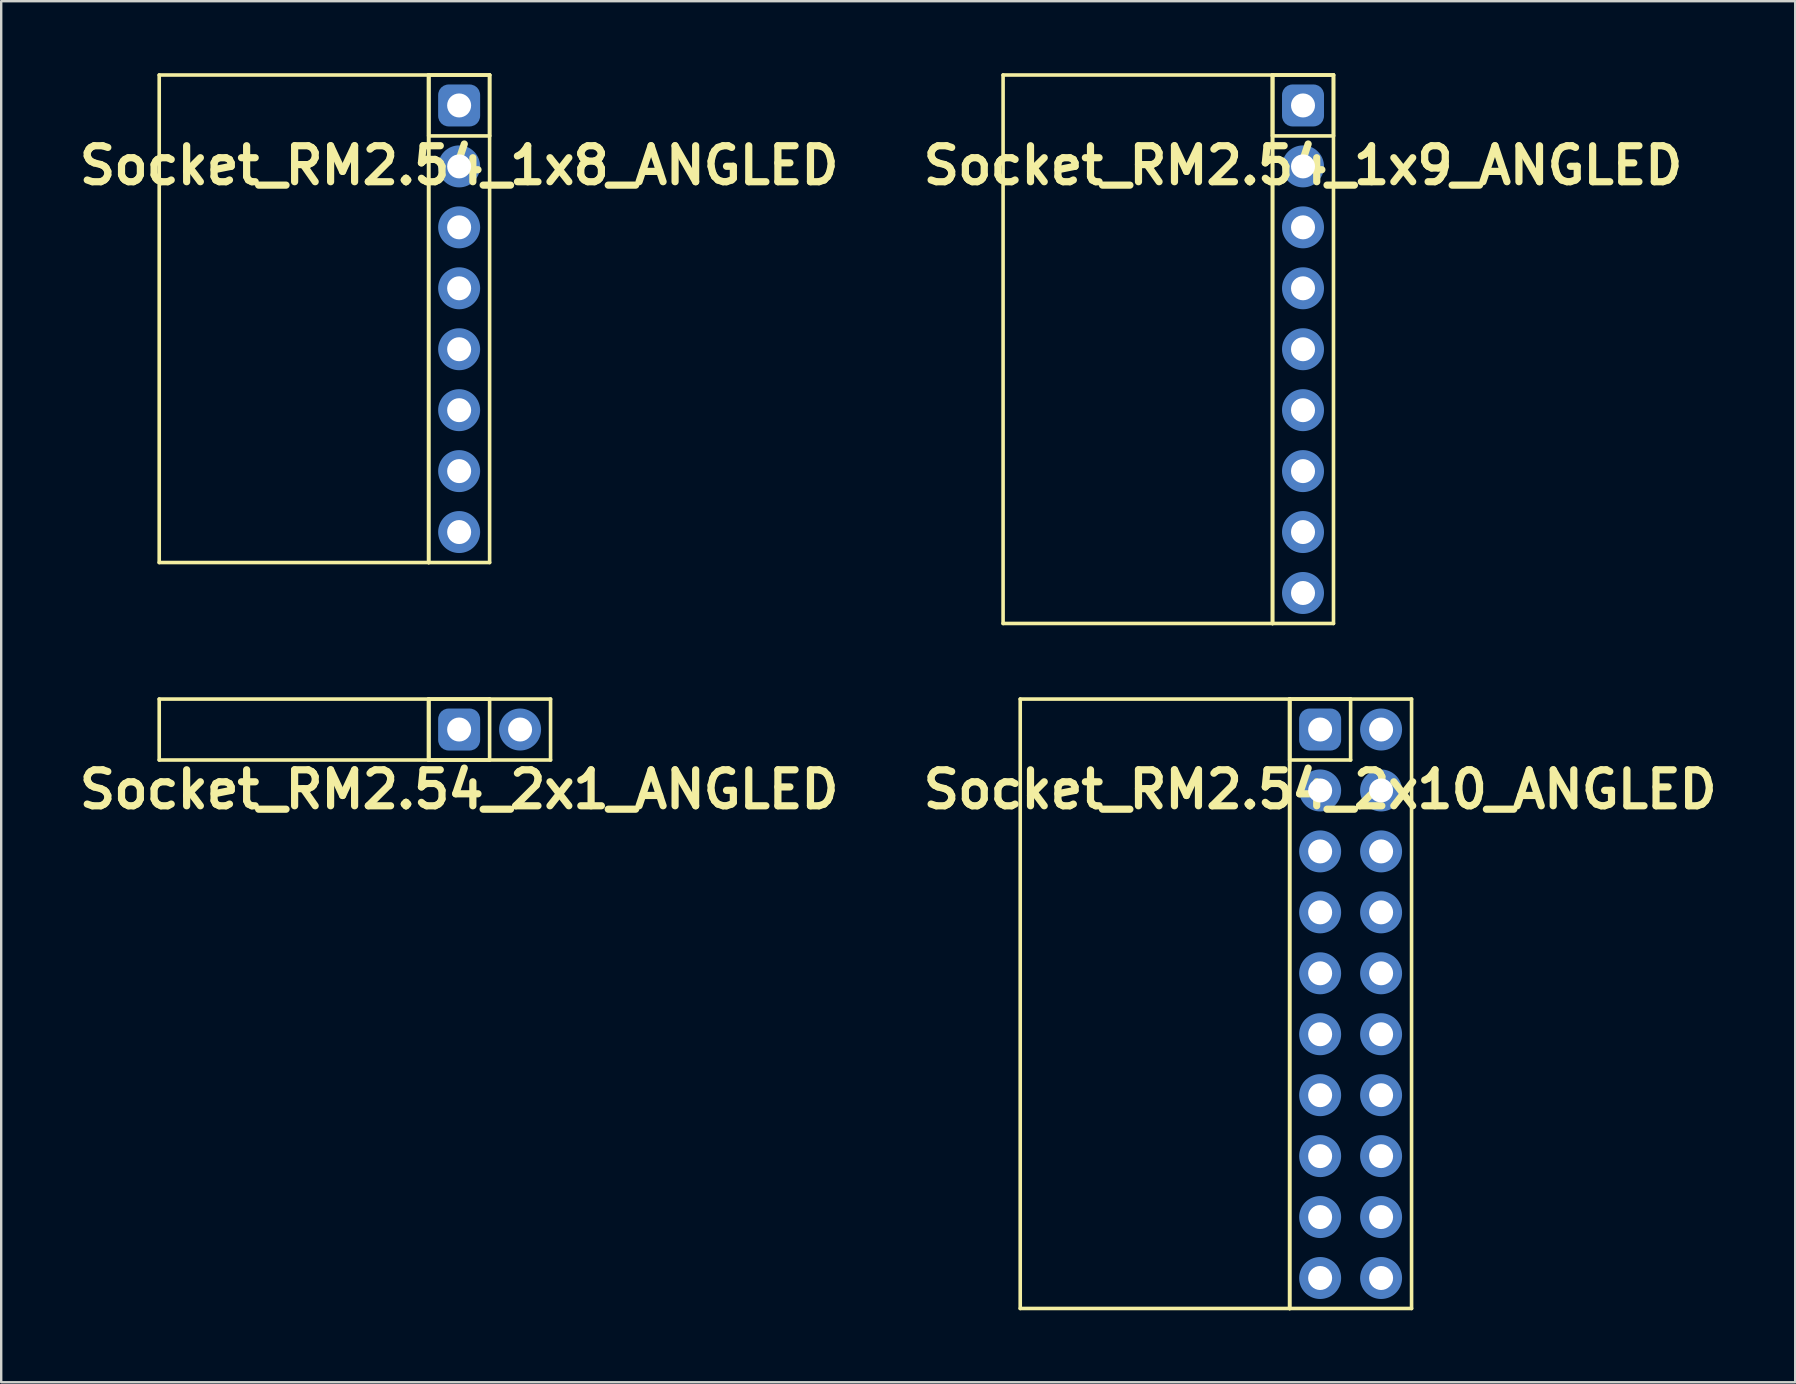
<source format=kicad_pcb>
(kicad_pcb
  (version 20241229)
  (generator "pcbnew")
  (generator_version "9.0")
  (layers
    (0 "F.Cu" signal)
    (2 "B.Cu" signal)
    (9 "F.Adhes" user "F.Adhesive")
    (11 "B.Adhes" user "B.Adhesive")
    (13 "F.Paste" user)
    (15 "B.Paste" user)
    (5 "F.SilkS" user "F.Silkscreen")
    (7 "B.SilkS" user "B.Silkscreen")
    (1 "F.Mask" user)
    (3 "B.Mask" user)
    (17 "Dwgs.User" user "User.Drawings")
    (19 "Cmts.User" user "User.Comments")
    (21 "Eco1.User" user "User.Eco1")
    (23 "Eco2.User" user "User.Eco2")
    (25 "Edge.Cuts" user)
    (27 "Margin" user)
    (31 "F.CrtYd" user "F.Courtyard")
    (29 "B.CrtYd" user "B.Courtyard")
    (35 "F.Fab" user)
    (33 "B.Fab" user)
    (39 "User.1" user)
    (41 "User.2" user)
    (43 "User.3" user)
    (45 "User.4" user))
  (footprint "Socket_RM2.54_2x10_ANGLED"
    (layer "F.Cu")
    (at 51.971 27.355)
    (property "Reference" "Socket_RM2.54_2x10_ANGLED" (at 0 2.5 0) (layer "F.SilkS") (effects (font (size 1.5 1.5) (thickness 0.3))))
    (attr through_hole)
    (fp_line (start -12.5 -1.27) (end -1.27 -1.27) (stroke (width 0.15) (type solid)) (layer "F.SilkS"))
    (fp_line (start -12.5 24.13) (end -12.5 -1.27) (stroke (width 0.15) (type solid)) (layer "F.SilkS"))
    (fp_line (start -1.27 -1.27) (end -1.27 24.13) (stroke (width 0.15) (type solid)) (layer "F.SilkS"))
    (fp_line (start -1.27 -1.27) (end 1.27 -1.27) (stroke (width 0.15) (type solid)) (layer "F.SilkS"))
    (fp_line (start -1.27 -1.27) (end 3.81 -1.27) (stroke (width 0.15) (type solid)) (layer "F.SilkS"))
    (fp_line (start -1.27 1.27) (end -1.27 -1.27) (stroke (width 0.15) (type solid)) (layer "F.SilkS"))
    (fp_line (start -1.27 24.13) (end -12.5 24.13) (stroke (width 0.15) (type solid)) (layer "F.SilkS"))
    (fp_line (start -1.27 24.13) (end -1.27 -1.27) (stroke (width 0.15) (type solid)) (layer "F.SilkS"))
    (fp_line (start 1.27 -1.27) (end 1.27 1.27) (stroke (width 0.15) (type solid)) (layer "F.SilkS"))
    (fp_line (start 1.27 1.27) (end -1.27 1.27) (stroke (width 0.15) (type solid)) (layer "F.SilkS"))
    (fp_line (start 3.81 -1.27) (end 3.81 24.13) (stroke (width 0.15) (type solid)) (layer "F.SilkS"))
    (fp_line (start 3.81 24.13) (end -1.27 24.13) (stroke (width 0.15) (type solid)) (layer "F.SilkS"))
    (pad "1" thru_hole circle (at 0 0) (size 1.3 1.3) (drill 1) (layers "*.Cu" "*.Mask"))
    (pad "1" smd roundrect (at 0 0) (size 1.5 1.5) (layers "F.Cu" "F.Mask") (roundrect_rratio 0.25))
    (pad "1" smd roundrect (at 0 0) (size 1.75 1.75) (layers "B.Cu" "B.Mask") (roundrect_rratio 0.25))
    (pad "2" thru_hole circle (at 2.54 0) (size 1.3 1.3) (drill 1) (layers "*.Cu" "*.Mask"))
    (pad "2" smd circle (at 2.54 0) (size 1.5 1.5) (layers "F.Cu" "F.Mask"))
    (pad "2" smd circle (at 2.54 0) (size 1.75 1.75) (layers "B.Cu" "B.Mask"))
    (pad "3" thru_hole circle (at 0 2.54) (size 1.3 1.3) (drill 1) (layers "*.Cu" "*.Mask"))
    (pad "3" smd circle (at 0 2.54) (size 1.5 1.5) (layers "F.Cu" "F.Mask"))
    (pad "3" smd circle (at 0 2.54) (size 1.75 1.75) (layers "B.Cu" "B.Mask"))
    (pad "4" thru_hole circle (at 2.54 2.54) (size 1.3 1.3) (drill 1) (layers "*.Cu" "*.Mask"))
    (pad "4" smd circle (at 2.54 2.54) (size 1.5 1.5) (layers "F.Cu" "F.Mask"))
    (pad "4" smd circle (at 2.54 2.54) (size 1.75 1.75) (layers "B.Cu" "B.Mask"))
    (pad "5" thru_hole circle (at 0 5.08) (size 1.3 1.3) (drill 1) (layers "*.Cu" "*.Mask"))
    (pad "5" smd circle (at 0 5.08) (size 1.5 1.5) (layers "F.Cu" "F.Mask"))
    (pad "5" smd circle (at 0 5.08) (size 1.75 1.75) (layers "B.Cu" "B.Mask"))
    (pad "6" thru_hole circle (at 2.54 5.08) (size 1.3 1.3) (drill 1) (layers "*.Cu" "*.Mask"))
    (pad "6" smd circle (at 2.54 5.08) (size 1.5 1.5) (layers "F.Cu" "F.Mask"))
    (pad "6" smd circle (at 2.54 5.08) (size 1.75 1.75) (layers "B.Cu" "B.Mask"))
    (pad "7" thru_hole circle (at 0 7.62) (size 1.3 1.3) (drill 1) (layers "*.Cu" "*.Mask"))
    (pad "7" smd circle (at 0 7.62) (size 1.5 1.5) (layers "F.Cu" "F.Mask"))
    (pad "7" smd circle (at 0 7.62) (size 1.75 1.75) (layers "B.Cu" "B.Mask"))
    (pad "8" thru_hole circle (at 2.54 7.62) (size 1.3 1.3) (drill 1) (layers "*.Cu" "*.Mask"))
    (pad "8" smd circle (at 2.54 7.62) (size 1.5 1.5) (layers "F.Cu" "F.Mask"))
    (pad "8" smd circle (at 2.54 7.62) (size 1.75 1.75) (layers "B.Cu" "B.Mask"))
    (pad "9" thru_hole circle (at 0 10.16) (size 1.3 1.3) (drill 1) (layers "*.Cu" "*.Mask"))
    (pad "9" smd circle (at 0 10.16) (size 1.5 1.5) (layers "F.Cu" "F.Mask"))
    (pad "9" smd circle (at 0 10.16) (size 1.75 1.75) (layers "B.Cu" "B.Mask"))
    (pad "10" thru_hole circle (at 2.54 10.16) (size 1.3 1.3) (drill 1) (layers "*.Cu" "*.Mask"))
    (pad "10" smd circle (at 2.54 10.16) (size 1.5 1.5) (layers "F.Cu" "F.Mask"))
    (pad "10" smd circle (at 2.54 10.16) (size 1.75 1.75) (layers "B.Cu" "B.Mask"))
    (pad "11" thru_hole circle (at 0 12.7) (size 1.3 1.3) (drill 1) (layers "*.Cu" "*.Mask"))
    (pad "11" smd circle (at 0 12.7) (size 1.5 1.5) (layers "F.Cu" "F.Mask"))
    (pad "11" smd circle (at 0 12.7) (size 1.75 1.75) (layers "B.Cu" "B.Mask"))
    (pad "12" thru_hole circle (at 2.54 12.7) (size 1.3 1.3) (drill 1) (layers "*.Cu" "*.Mask"))
    (pad "12" smd circle (at 2.54 12.7) (size 1.5 1.5) (layers "F.Cu" "F.Mask"))
    (pad "12" smd circle (at 2.54 12.7) (size 1.75 1.75) (layers "B.Cu" "B.Mask"))
    (pad "13" thru_hole circle (at 0 15.24) (size 1.3 1.3) (drill 1) (layers "*.Cu" "*.Mask"))
    (pad "13" smd circle (at 0 15.24) (size 1.5 1.5) (layers "F.Cu" "F.Mask"))
    (pad "13" smd circle (at 0 15.24) (size 1.75 1.75) (layers "B.Cu" "B.Mask"))
    (pad "14" thru_hole circle (at 2.54 15.24) (size 1.3 1.3) (drill 1) (layers "*.Cu" "*.Mask"))
    (pad "14" smd circle (at 2.54 15.24) (size 1.5 1.5) (layers "F.Cu" "F.Mask"))
    (pad "14" smd circle (at 2.54 15.24) (size 1.75 1.75) (layers "B.Cu" "B.Mask"))
    (pad "15" thru_hole circle (at 0 17.78) (size 1.3 1.3) (drill 1) (layers "*.Cu" "*.Mask"))
    (pad "15" smd circle (at 0 17.78) (size 1.5 1.5) (layers "F.Cu" "F.Mask"))
    (pad "15" smd circle (at 0 17.78) (size 1.75 1.75) (layers "B.Cu" "B.Mask"))
    (pad "16" thru_hole circle (at 2.54 17.78) (size 1.3 1.3) (drill 1) (layers "*.Cu" "*.Mask"))
    (pad "16" smd circle (at 2.54 17.78) (size 1.5 1.5) (layers "F.Cu" "F.Mask"))
    (pad "16" smd circle (at 2.54 17.78) (size 1.75 1.75) (layers "B.Cu" "B.Mask"))
    (pad "17" thru_hole circle (at 0 20.32) (size 1.3 1.3) (drill 1) (layers "*.Cu" "*.Mask"))
    (pad "17" smd circle (at 0 20.32) (size 1.5 1.5) (layers "F.Cu" "F.Mask"))
    (pad "17" smd circle (at 0 20.32) (size 1.75 1.75) (layers "B.Cu" "B.Mask"))
    (pad "18" thru_hole circle (at 2.54 20.32) (size 1.3 1.3) (drill 1) (layers "*.Cu" "*.Mask"))
    (pad "18" smd circle (at 2.54 20.32) (size 1.5 1.5) (layers "F.Cu" "F.Mask"))
    (pad "18" smd circle (at 2.54 20.32) (size 1.75 1.75) (layers "B.Cu" "B.Mask"))
    (pad "19" thru_hole circle (at 0 22.86) (size 1.3 1.3) (drill 1) (layers "*.Cu" "*.Mask"))
    (pad "19" smd circle (at 0 22.86) (size 1.5 1.5) (layers "F.Cu" "F.Mask"))
    (pad "19" smd circle (at 0 22.86) (size 1.75 1.75) (layers "B.Cu" "B.Mask"))
    (pad "20" thru_hole circle (at 2.54 22.86) (size 1.3 1.3) (drill 1) (layers "*.Cu" "*.Mask"))
    (pad "20" smd circle (at 2.54 22.86) (size 1.5 1.5) (layers "F.Cu" "F.Mask"))
    (pad "20" smd circle (at 2.54 22.86) (size 1.75 1.75) (layers "B.Cu" "B.Mask")))
  (footprint "Socket_RM2.54_2x1_ANGLED"
    (layer "F.Cu")
    (at 16.086 27.355)
    (property "Reference" "Socket_RM2.54_2x1_ANGLED" (at 0 2.5 0) (layer "F.SilkS") (effects (font (size 1.5 1.5) (thickness 0.3))))
    (attr through_hole)
    (fp_line (start -12.5 -1.27) (end -1.27 -1.27) (stroke (width 0.15) (type solid)) (layer "F.SilkS"))
    (fp_line (start -12.5 1.27) (end -12.5 -1.27) (stroke (width 0.15) (type solid)) (layer "F.SilkS"))
    (fp_line (start -1.27 -1.27) (end -1.27 1.27) (stroke (width 0.15) (type solid)) (layer "F.SilkS"))
    (fp_line (start -1.27 -1.27) (end 1.27 -1.27) (stroke (width 0.15) (type solid)) (layer "F.SilkS"))
    (fp_line (start -1.27 -1.27) (end 3.81 -1.27) (stroke (width 0.15) (type solid)) (layer "F.SilkS"))
    (fp_line (start -1.27 1.27) (end -12.5 1.27) (stroke (width 0.15) (type solid)) (layer "F.SilkS"))
    (fp_line (start -1.27 1.27) (end -1.27 -1.27) (stroke (width 0.15) (type solid)) (layer "F.SilkS"))
    (fp_line (start -1.27 1.27) (end -1.27 -1.27) (stroke (width 0.15) (type solid)) (layer "F.SilkS"))
    (fp_line (start 1.27 -1.27) (end 1.27 1.27) (stroke (width 0.15) (type solid)) (layer "F.SilkS"))
    (fp_line (start 1.27 1.27) (end -1.27 1.27) (stroke (width 0.15) (type solid)) (layer "F.SilkS"))
    (fp_line (start 3.81 -1.27) (end 3.81 1.27) (stroke (width 0.15) (type solid)) (layer "F.SilkS"))
    (fp_line (start 3.81 1.27) (end -1.27 1.27) (stroke (width 0.15) (type solid)) (layer "F.SilkS"))
    (pad "1" thru_hole circle (at 0 0) (size 1.3 1.3) (drill 1) (layers "*.Cu" "*.Mask"))
    (pad "1" smd roundrect (at 0 0) (size 1.5 1.5) (layers "F.Cu" "F.Mask") (roundrect_rratio 0.25))
    (pad "1" smd roundrect (at 0 0) (size 1.75 1.75) (layers "B.Cu" "B.Mask") (roundrect_rratio 0.25))
    (pad "2" thru_hole circle (at 2.54 0) (size 1.3 1.3) (drill 1) (layers "*.Cu" "*.Mask"))
    (pad "2" smd circle (at 2.54 0) (size 1.5 1.5) (layers "F.Cu" "F.Mask"))
    (pad "2" smd circle (at 2.54 0) (size 1.75 1.75) (layers "B.Cu" "B.Mask")))
  (footprint "Socket_RM2.54_1x8_ANGLED"
    (layer "F.Cu")
    (at 16.086 1.345)
    (property "Reference" "Socket_RM2.54_1x8_ANGLED" (at 0 2.5 0) (layer "F.SilkS") (effects (font (size 1.5 1.5) (thickness 0.3))))
    (attr through_hole)
    (fp_line (start -12.5 -1.27) (end -1.27 -1.27) (stroke (width 0.15) (type solid)) (layer "F.SilkS"))
    (fp_line (start -12.5 19.05) (end -12.5 -1.27) (stroke (width 0.15) (type solid)) (layer "F.SilkS"))
    (fp_line (start -1.27 -1.27) (end -1.27 19.05) (stroke (width 0.15) (type solid)) (layer "F.SilkS"))
    (fp_line (start -1.27 -1.27) (end 1.27 -1.27) (stroke (width 0.15) (type solid)) (layer "F.SilkS"))
    (fp_line (start -1.27 -1.27) (end 1.27 -1.27) (stroke (width 0.15) (type solid)) (layer "F.SilkS"))
    (fp_line (start -1.27 1.27) (end -1.27 -1.27) (stroke (width 0.15) (type solid)) (layer "F.SilkS"))
    (fp_line (start -1.27 19.05) (end -12.5 19.05) (stroke (width 0.15) (type solid)) (layer "F.SilkS"))
    (fp_line (start -1.27 19.05) (end -1.27 -1.27) (stroke (width 0.15) (type solid)) (layer "F.SilkS"))
    (fp_line (start 1.27 -1.27) (end 1.27 1.27) (stroke (width 0.15) (type solid)) (layer "F.SilkS"))
    (fp_line (start 1.27 -1.27) (end 1.27 19.05) (stroke (width 0.15) (type solid)) (layer "F.SilkS"))
    (fp_line (start 1.27 1.27) (end -1.27 1.27) (stroke (width 0.15) (type solid)) (layer "F.SilkS"))
    (fp_line (start 1.27 19.05) (end -1.27 19.05) (stroke (width 0.15) (type solid)) (layer "F.SilkS"))
    (pad "1" thru_hole circle (at 0 0) (size 1.3 1.3) (drill 1) (layers "*.Cu" "*.Mask"))
    (pad "1" smd roundrect (at 0 0) (size 1.5 1.5) (layers "F.Cu" "F.Mask") (roundrect_rratio 0.25))
    (pad "1" smd roundrect (at 0 0) (size 1.75 1.75) (layers "B.Cu" "B.Mask") (roundrect_rratio 0.25))
    (pad "2" thru_hole circle (at 0 2.54) (size 1.3 1.3) (drill 1) (layers "*.Cu" "*.Mask"))
    (pad "2" smd circle (at 0 2.54) (size 1.5 1.5) (layers "F.Cu" "F.Mask"))
    (pad "2" smd circle (at 0 2.54) (size 1.75 1.75) (layers "B.Cu" "B.Mask"))
    (pad "3" thru_hole circle (at 0 5.08) (size 1.3 1.3) (drill 1) (layers "*.Cu" "*.Mask"))
    (pad "3" smd circle (at 0 5.08) (size 1.5 1.5) (layers "F.Cu" "F.Mask"))
    (pad "3" smd circle (at 0 5.08) (size 1.75 1.75) (layers "B.Cu" "B.Mask"))
    (pad "4" thru_hole circle (at 0 7.62) (size 1.3 1.3) (drill 1) (layers "*.Cu" "*.Mask"))
    (pad "4" smd circle (at 0 7.62) (size 1.5 1.5) (layers "F.Cu" "F.Mask"))
    (pad "4" smd circle (at 0 7.62) (size 1.75 1.75) (layers "B.Cu" "B.Mask"))
    (pad "5" thru_hole circle (at 0 10.16) (size 1.3 1.3) (drill 1) (layers "*.Cu" "*.Mask"))
    (pad "5" smd circle (at 0 10.16) (size 1.5 1.5) (layers "F.Cu" "F.Mask"))
    (pad "5" smd circle (at 0 10.16) (size 1.75 1.75) (layers "B.Cu" "B.Mask"))
    (pad "6" thru_hole circle (at 0 12.7) (size 1.3 1.3) (drill 1) (layers "*.Cu" "*.Mask"))
    (pad "6" smd circle (at 0 12.7) (size 1.5 1.5) (layers "F.Cu" "F.Mask"))
    (pad "6" smd circle (at 0 12.7) (size 1.75 1.75) (layers "B.Cu" "B.Mask"))
    (pad "7" thru_hole circle (at 0 15.24) (size 1.3 1.3) (drill 1) (layers "*.Cu" "*.Mask"))
    (pad "7" smd circle (at 0 15.24) (size 1.5 1.5) (layers "F.Cu" "F.Mask"))
    (pad "7" smd circle (at 0 15.24) (size 1.75 1.75) (layers "B.Cu" "B.Mask"))
    (pad "8" thru_hole circle (at 0 17.78) (size 1.3 1.3) (drill 1) (layers "*.Cu" "*.Mask"))
    (pad "8" smd circle (at 0 17.78) (size 1.5 1.5) (layers "F.Cu" "F.Mask"))
    (pad "8" smd circle (at 0 17.78) (size 1.75 1.75) (layers "B.Cu" "B.Mask")))
  (footprint "Socket_RM2.54_1x9_ANGLED"
    (layer "F.Cu")
    (at 51.257 1.345)
    (property "Reference" "Socket_RM2.54_1x9_ANGLED" (at 0 2.5 0) (layer "F.SilkS") (effects (font (size 1.5 1.5) (thickness 0.3))))
    (attr through_hole)
    (fp_line (start -12.5 -1.27) (end -1.27 -1.27) (stroke (width 0.15) (type solid)) (layer "F.SilkS"))
    (fp_line (start -12.5 21.59) (end -12.5 -1.27) (stroke (width 0.15) (type solid)) (layer "F.SilkS"))
    (fp_line (start -1.27 -1.27) (end -1.27 21.59) (stroke (width 0.15) (type solid)) (layer "F.SilkS"))
    (fp_line (start -1.27 -1.27) (end 1.27 -1.27) (stroke (width 0.15) (type solid)) (layer "F.SilkS"))
    (fp_line (start -1.27 -1.27) (end 1.27 -1.27) (stroke (width 0.15) (type solid)) (layer "F.SilkS"))
    (fp_line (start -1.27 1.27) (end -1.27 -1.27) (stroke (width 0.15) (type solid)) (layer "F.SilkS"))
    (fp_line (start -1.27 21.59) (end -12.5 21.59) (stroke (width 0.15) (type solid)) (layer "F.SilkS"))
    (fp_line (start -1.27 21.59) (end -1.27 -1.27) (stroke (width 0.15) (type solid)) (layer "F.SilkS"))
    (fp_line (start 1.27 -1.27) (end 1.27 1.27) (stroke (width 0.15) (type solid)) (layer "F.SilkS"))
    (fp_line (start 1.27 -1.27) (end 1.27 21.59) (stroke (width 0.15) (type solid)) (layer "F.SilkS"))
    (fp_line (start 1.27 1.27) (end -1.27 1.27) (stroke (width 0.15) (type solid)) (layer "F.SilkS"))
    (fp_line (start 1.27 21.59) (end -1.27 21.59) (stroke (width 0.15) (type solid)) (layer "F.SilkS"))
    (pad "1" thru_hole circle (at 0 0) (size 1.3 1.3) (drill 1) (layers "*.Cu" "*.Mask"))
    (pad "1" smd roundrect (at 0 0) (size 1.5 1.5) (layers "F.Cu" "F.Mask") (roundrect_rratio 0.25))
    (pad "1" smd roundrect (at 0 0) (size 1.75 1.75) (layers "B.Cu" "B.Mask") (roundrect_rratio 0.25))
    (pad "2" thru_hole circle (at 0 2.54) (size 1.3 1.3) (drill 1) (layers "*.Cu" "*.Mask"))
    (pad "2" smd circle (at 0 2.54) (size 1.5 1.5) (layers "F.Cu" "F.Mask"))
    (pad "2" smd circle (at 0 2.54) (size 1.75 1.75) (layers "B.Cu" "B.Mask"))
    (pad "3" thru_hole circle (at 0 5.08) (size 1.3 1.3) (drill 1) (layers "*.Cu" "*.Mask"))
    (pad "3" smd circle (at 0 5.08) (size 1.5 1.5) (layers "F.Cu" "F.Mask"))
    (pad "3" smd circle (at 0 5.08) (size 1.75 1.75) (layers "B.Cu" "B.Mask"))
    (pad "4" thru_hole circle (at 0 7.62) (size 1.3 1.3) (drill 1) (layers "*.Cu" "*.Mask"))
    (pad "4" smd circle (at 0 7.62) (size 1.5 1.5) (layers "F.Cu" "F.Mask"))
    (pad "4" smd circle (at 0 7.62) (size 1.75 1.75) (layers "B.Cu" "B.Mask"))
    (pad "5" thru_hole circle (at 0 10.16) (size 1.3 1.3) (drill 1) (layers "*.Cu" "*.Mask"))
    (pad "5" smd circle (at 0 10.16) (size 1.5 1.5) (layers "F.Cu" "F.Mask"))
    (pad "5" smd circle (at 0 10.16) (size 1.75 1.75) (layers "B.Cu" "B.Mask"))
    (pad "6" thru_hole circle (at 0 12.7) (size 1.3 1.3) (drill 1) (layers "*.Cu" "*.Mask"))
    (pad "6" smd circle (at 0 12.7) (size 1.5 1.5) (layers "F.Cu" "F.Mask"))
    (pad "6" smd circle (at 0 12.7) (size 1.75 1.75) (layers "B.Cu" "B.Mask"))
    (pad "7" thru_hole circle (at 0 15.24) (size 1.3 1.3) (drill 1) (layers "*.Cu" "*.Mask"))
    (pad "7" smd circle (at 0 15.24) (size 1.5 1.5) (layers "F.Cu" "F.Mask"))
    (pad "7" smd circle (at 0 15.24) (size 1.75 1.75) (layers "B.Cu" "B.Mask"))
    (pad "8" thru_hole circle (at 0 17.78) (size 1.3 1.3) (drill 1) (layers "*.Cu" "*.Mask"))
    (pad "8" smd circle (at 0 17.78) (size 1.5 1.5) (layers "F.Cu" "F.Mask"))
    (pad "8" smd circle (at 0 17.78) (size 1.75 1.75) (layers "B.Cu" "B.Mask"))
    (pad "9" thru_hole circle (at 0 20.32) (size 1.3 1.3) (drill 1) (layers "*.Cu" "*.Mask"))
    (pad "9" smd circle (at 0 20.32) (size 1.5 1.5) (layers "F.Cu" "F.Mask"))
    (pad "9" smd circle (at 0 20.32) (size 1.75 1.75) (layers "B.Cu" "B.Mask")))
  (gr_rect
    (start -3 -3)
    (end 71.771 54.56)
    (stroke (width 0.1) (type default))
    (fill no)
    (layer "Edge.Cuts")))
</source>
